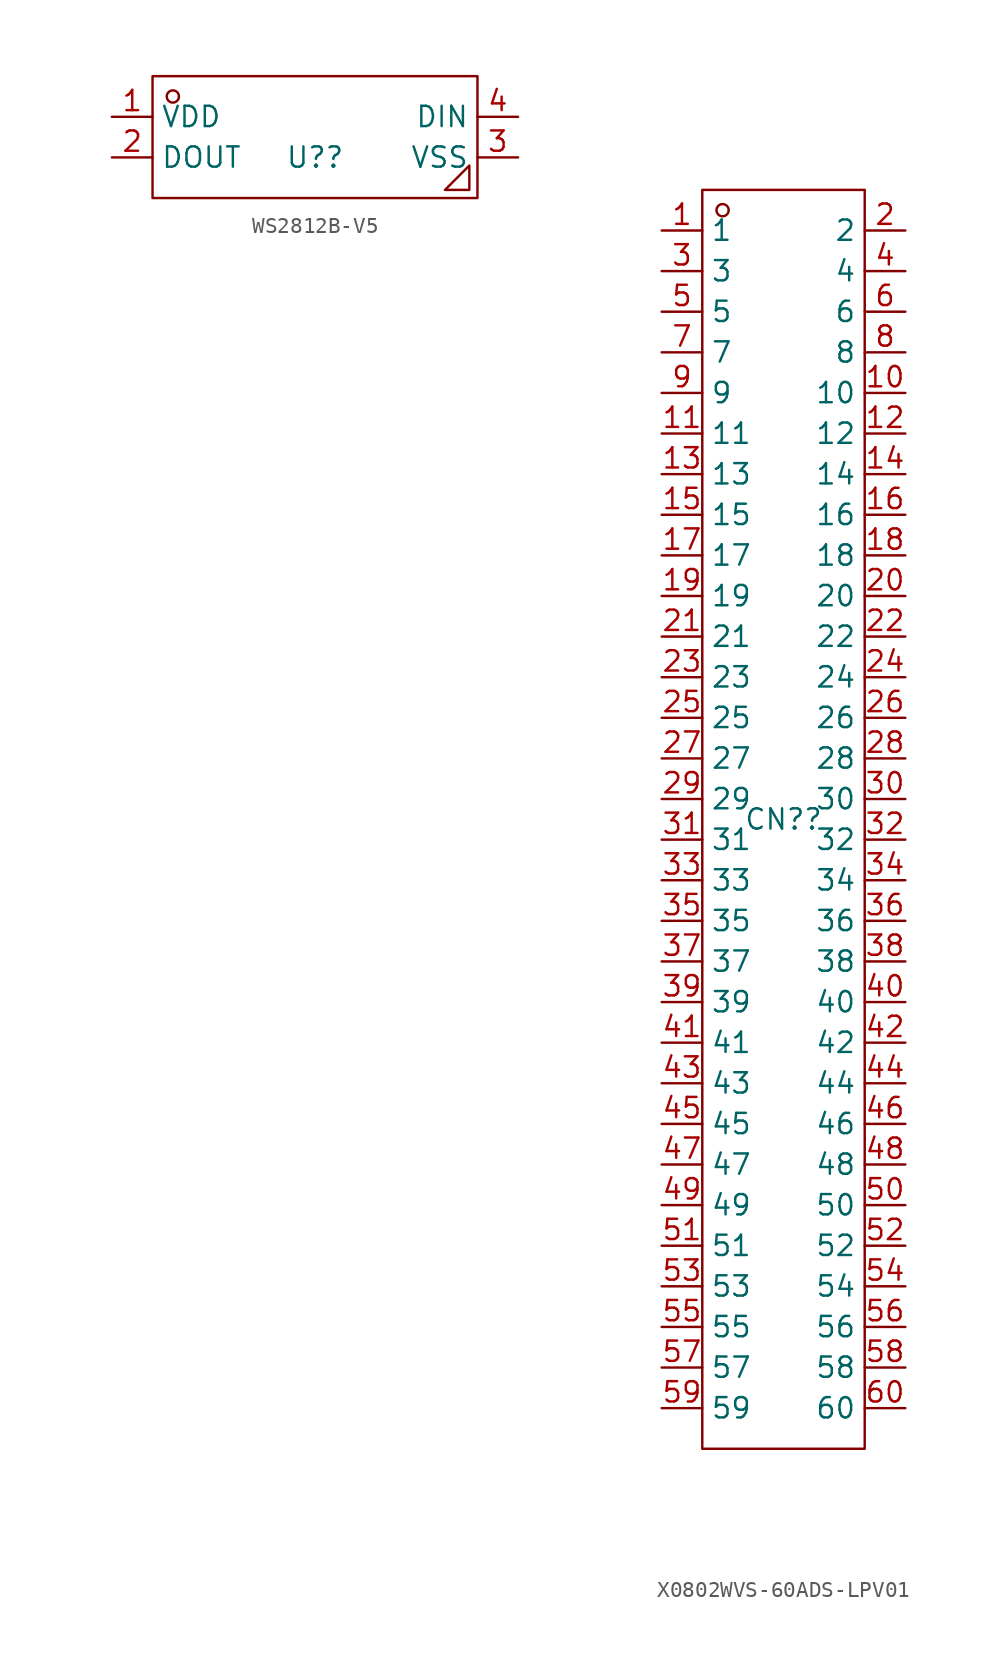
<source format=kicad_sym>
(kicad_symbol_lib
  (version 20231120)
  (generator "kicad_symbol_editor")
  (generator_version "8.0")
  (symbol "WS2812B-V5"
    (property "Reference" "U?"
      (at 0 0 0)
      (effects (font (size 1.27 1.27))))
    (property "Value" ""
      (at 0 0 0)
      (effects (font (size 1.27 1.27))))
    (symbol "WS2812B-V5_1_0"
      (rectangle (start -10.16 -2.54) (end 10.16 5.08) (stroke (width 0) (type default)) (fill (type none)))
      (circle (center -8.89 3.81) (radius 0.381) (stroke (width 0) (type default)) (fill (type none)))
      (polyline (pts (xy 9.652 -0.508) (xy 9.652 -2.032) (xy 9.652 -2.032) (xy 8.128 -2.032) (xy 8.128 -2.032) (xy 9.652 -0.508)) (stroke (width 0) (type default)) (fill (type none)))
      (pin input line (at -12.7 2.54 0) (length 2.54) (name "VDD" (effects (font (size 1.27 1.27)))) (number "1" (effects (font (size 1.27 1.27)))))
      (pin input line (at -12.7 0 0) (length 2.54) (name "DOUT" (effects (font (size 1.27 1.27)))) (number "2" (effects (font (size 1.27 1.27)))))
      (pin input line (at 12.7 0 180) (length 2.54) (name "VSS" (effects (font (size 1.27 1.27)))) (number "3" (effects (font (size 1.27 1.27)))))
      (pin input line (at 12.7 2.54 180) (length 2.54) (name "DIN" (effects (font (size 1.27 1.27)))) (number "4" (effects (font (size 1.27 1.27)))))))
  (symbol "X0802WVS-60ADS-LPV01"
    (property "Reference" "CN?"
      (at 0 0 0)
      (effects (font (size 1.27 1.27))))
    (property "Value" ""
      (at 0 0 0)
      (effects (font (size 1.27 1.27))))
    (symbol "X0802WVS-60ADS-LPV01_1_0"
      (rectangle (start -5.08 -39.37) (end 5.08 39.37) (stroke (width 0) (type default)) (fill (type none)))
      (circle (center -3.81 38.1) (radius 0.381) (stroke (width 0) (type default)) (fill (type none)))
      (pin input line (at -7.62 36.83 0) (length 2.54) (name "1" (effects (font (size 1.27 1.27)))) (number "1" (effects (font (size 1.27 1.27)))))
      (pin input line (at 7.62 26.67 180) (length 2.54) (name "10" (effects (font (size 1.27 1.27)))) (number "10" (effects (font (size 1.27 1.27)))))
      (pin input line (at -7.62 24.13 0) (length 2.54) (name "11" (effects (font (size 1.27 1.27)))) (number "11" (effects (font (size 1.27 1.27)))))
      (pin input line (at 7.62 24.13 180) (length 2.54) (name "12" (effects (font (size 1.27 1.27)))) (number "12" (effects (font (size 1.27 1.27)))))
      (pin input line (at -7.62 21.59 0) (length 2.54) (name "13" (effects (font (size 1.27 1.27)))) (number "13" (effects (font (size 1.27 1.27)))))
      (pin input line (at 7.62 21.59 180) (length 2.54) (name "14" (effects (font (size 1.27 1.27)))) (number "14" (effects (font (size 1.27 1.27)))))
      (pin input line (at -7.62 19.05 0) (length 2.54) (name "15" (effects (font (size 1.27 1.27)))) (number "15" (effects (font (size 1.27 1.27)))))
      (pin input line (at 7.62 19.05 180) (length 2.54) (name "16" (effects (font (size 1.27 1.27)))) (number "16" (effects (font (size 1.27 1.27)))))
      (pin input line (at -7.62 16.51 0) (length 2.54) (name "17" (effects (font (size 1.27 1.27)))) (number "17" (effects (font (size 1.27 1.27)))))
      (pin input line (at 7.62 16.51 180) (length 2.54) (name "18" (effects (font (size 1.27 1.27)))) (number "18" (effects (font (size 1.27 1.27)))))
      (pin input line (at -7.62 13.97 0) (length 2.54) (name "19" (effects (font (size 1.27 1.27)))) (number "19" (effects (font (size 1.27 1.27)))))
      (pin input line (at 7.62 36.83 180) (length 2.54) (name "2" (effects (font (size 1.27 1.27)))) (number "2" (effects (font (size 1.27 1.27)))))
      (pin input line (at 7.62 13.97 180) (length 2.54) (name "20" (effects (font (size 1.27 1.27)))) (number "20" (effects (font (size 1.27 1.27)))))
      (pin input line (at -7.62 11.43 0) (length 2.54) (name "21" (effects (font (size 1.27 1.27)))) (number "21" (effects (font (size 1.27 1.27)))))
      (pin input line (at 7.62 11.43 180) (length 2.54) (name "22" (effects (font (size 1.27 1.27)))) (number "22" (effects (font (size 1.27 1.27)))))
      (pin input line (at -7.62 8.89 0) (length 2.54) (name "23" (effects (font (size 1.27 1.27)))) (number "23" (effects (font (size 1.27 1.27)))))
      (pin input line (at 7.62 8.89 180) (length 2.54) (name "24" (effects (font (size 1.27 1.27)))) (number "24" (effects (font (size 1.27 1.27)))))
      (pin input line (at -7.62 6.35 0) (length 2.54) (name "25" (effects (font (size 1.27 1.27)))) (number "25" (effects (font (size 1.27 1.27)))))
      (pin input line (at 7.62 6.35 180) (length 2.54) (name "26" (effects (font (size 1.27 1.27)))) (number "26" (effects (font (size 1.27 1.27)))))
      (pin input line (at -7.62 3.81 0) (length 2.54) (name "27" (effects (font (size 1.27 1.27)))) (number "27" (effects (font (size 1.27 1.27)))))
      (pin input line (at 7.62 3.81 180) (length 2.54) (name "28" (effects (font (size 1.27 1.27)))) (number "28" (effects (font (size 1.27 1.27)))))
      (pin input line (at -7.62 1.27 0) (length 2.54) (name "29" (effects (font (size 1.27 1.27)))) (number "29" (effects (font (size 1.27 1.27)))))
      (pin input line (at -7.62 34.29 0) (length 2.54) (name "3" (effects (font (size 1.27 1.27)))) (number "3" (effects (font (size 1.27 1.27)))))
      (pin input line (at 7.62 1.27 180) (length 2.54) (name "30" (effects (font (size 1.27 1.27)))) (number "30" (effects (font (size 1.27 1.27)))))
      (pin input line (at -7.62 -1.27 0) (length 2.54) (name "31" (effects (font (size 1.27 1.27)))) (number "31" (effects (font (size 1.27 1.27)))))
      (pin input line (at 7.62 -1.27 180) (length 2.54) (name "32" (effects (font (size 1.27 1.27)))) (number "32" (effects (font (size 1.27 1.27)))))
      (pin input line (at -7.62 -3.81 0) (length 2.54) (name "33" (effects (font (size 1.27 1.27)))) (number "33" (effects (font (size 1.27 1.27)))))
      (pin input line (at 7.62 -3.81 180) (length 2.54) (name "34" (effects (font (size 1.27 1.27)))) (number "34" (effects (font (size 1.27 1.27)))))
      (pin input line (at -7.62 -6.35 0) (length 2.54) (name "35" (effects (font (size 1.27 1.27)))) (number "35" (effects (font (size 1.27 1.27)))))
      (pin input line (at 7.62 -6.35 180) (length 2.54) (name "36" (effects (font (size 1.27 1.27)))) (number "36" (effects (font (size 1.27 1.27)))))
      (pin input line (at -7.62 -8.89 0) (length 2.54) (name "37" (effects (font (size 1.27 1.27)))) (number "37" (effects (font (size 1.27 1.27)))))
      (pin input line (at 7.62 -8.89 180) (length 2.54) (name "38" (effects (font (size 1.27 1.27)))) (number "38" (effects (font (size 1.27 1.27)))))
      (pin input line (at -7.62 -11.43 0) (length 2.54) (name "39" (effects (font (size 1.27 1.27)))) (number "39" (effects (font (size 1.27 1.27)))))
      (pin input line (at 7.62 34.29 180) (length 2.54) (name "4" (effects (font (size 1.27 1.27)))) (number "4" (effects (font (size 1.27 1.27)))))
      (pin input line (at 7.62 -11.43 180) (length 2.54) (name "40" (effects (font (size 1.27 1.27)))) (number "40" (effects (font (size 1.27 1.27)))))
      (pin input line (at -7.62 -13.97 0) (length 2.54) (name "41" (effects (font (size 1.27 1.27)))) (number "41" (effects (font (size 1.27 1.27)))))
      (pin input line (at 7.62 -13.97 180) (length 2.54) (name "42" (effects (font (size 1.27 1.27)))) (number "42" (effects (font (size 1.27 1.27)))))
      (pin input line (at -7.62 -16.51 0) (length 2.54) (name "43" (effects (font (size 1.27 1.27)))) (number "43" (effects (font (size 1.27 1.27)))))
      (pin input line (at 7.62 -16.51 180) (length 2.54) (name "44" (effects (font (size 1.27 1.27)))) (number "44" (effects (font (size 1.27 1.27)))))
      (pin input line (at -7.62 -19.05 0) (length 2.54) (name "45" (effects (font (size 1.27 1.27)))) (number "45" (effects (font (size 1.27 1.27)))))
      (pin input line (at 7.62 -19.05 180) (length 2.54) (name "46" (effects (font (size 1.27 1.27)))) (number "46" (effects (font (size 1.27 1.27)))))
      (pin input line (at -7.62 -21.59 0) (length 2.54) (name "47" (effects (font (size 1.27 1.27)))) (number "47" (effects (font (size 1.27 1.27)))))
      (pin input line (at 7.62 -21.59 180) (length 2.54) (name "48" (effects (font (size 1.27 1.27)))) (number "48" (effects (font (size 1.27 1.27)))))
      (pin input line (at -7.62 -24.13 0) (length 2.54) (name "49" (effects (font (size 1.27 1.27)))) (number "49" (effects (font (size 1.27 1.27)))))
      (pin input line (at -7.62 31.75 0) (length 2.54) (name "5" (effects (font (size 1.27 1.27)))) (number "5" (effects (font (size 1.27 1.27)))))
      (pin input line (at 7.62 -24.13 180) (length 2.54) (name "50" (effects (font (size 1.27 1.27)))) (number "50" (effects (font (size 1.27 1.27)))))
      (pin input line (at -7.62 -26.67 0) (length 2.54) (name "51" (effects (font (size 1.27 1.27)))) (number "51" (effects (font (size 1.27 1.27)))))
      (pin input line (at 7.62 -26.67 180) (length 2.54) (name "52" (effects (font (size 1.27 1.27)))) (number "52" (effects (font (size 1.27 1.27)))))
      (pin input line (at -7.62 -29.21 0) (length 2.54) (name "53" (effects (font (size 1.27 1.27)))) (number "53" (effects (font (size 1.27 1.27)))))
      (pin input line (at 7.62 -29.21 180) (length 2.54) (name "54" (effects (font (size 1.27 1.27)))) (number "54" (effects (font (size 1.27 1.27)))))
      (pin input line (at -7.62 -31.75 0) (length 2.54) (name "55" (effects (font (size 1.27 1.27)))) (number "55" (effects (font (size 1.27 1.27)))))
      (pin input line (at 7.62 -31.75 180) (length 2.54) (name "56" (effects (font (size 1.27 1.27)))) (number "56" (effects (font (size 1.27 1.27)))))
      (pin input line (at -7.62 -34.29 0) (length 2.54) (name "57" (effects (font (size 1.27 1.27)))) (number "57" (effects (font (size 1.27 1.27)))))
      (pin input line (at 7.62 -34.29 180) (length 2.54) (name "58" (effects (font (size 1.27 1.27)))) (number "58" (effects (font (size 1.27 1.27)))))
      (pin input line (at -7.62 -36.83 0) (length 2.54) (name "59" (effects (font (size 1.27 1.27)))) (number "59" (effects (font (size 1.27 1.27)))))
      (pin input line (at 7.62 31.75 180) (length 2.54) (name "6" (effects (font (size 1.27 1.27)))) (number "6" (effects (font (size 1.27 1.27)))))
      (pin input line (at 7.62 -36.83 180) (length 2.54) (name "60" (effects (font (size 1.27 1.27)))) (number "60" (effects (font (size 1.27 1.27)))))
      (pin input line (at -7.62 29.21 0) (length 2.54) (name "7" (effects (font (size 1.27 1.27)))) (number "7" (effects (font (size 1.27 1.27)))))
      (pin input line (at 7.62 29.21 180) (length 2.54) (name "8" (effects (font (size 1.27 1.27)))) (number "8" (effects (font (size 1.27 1.27)))))
      (pin input line (at -7.62 26.67 0) (length 2.54) (name "9" (effects (font (size 1.27 1.27)))) (number "9" (effects (font (size 1.27 1.27))))))))
</source>
